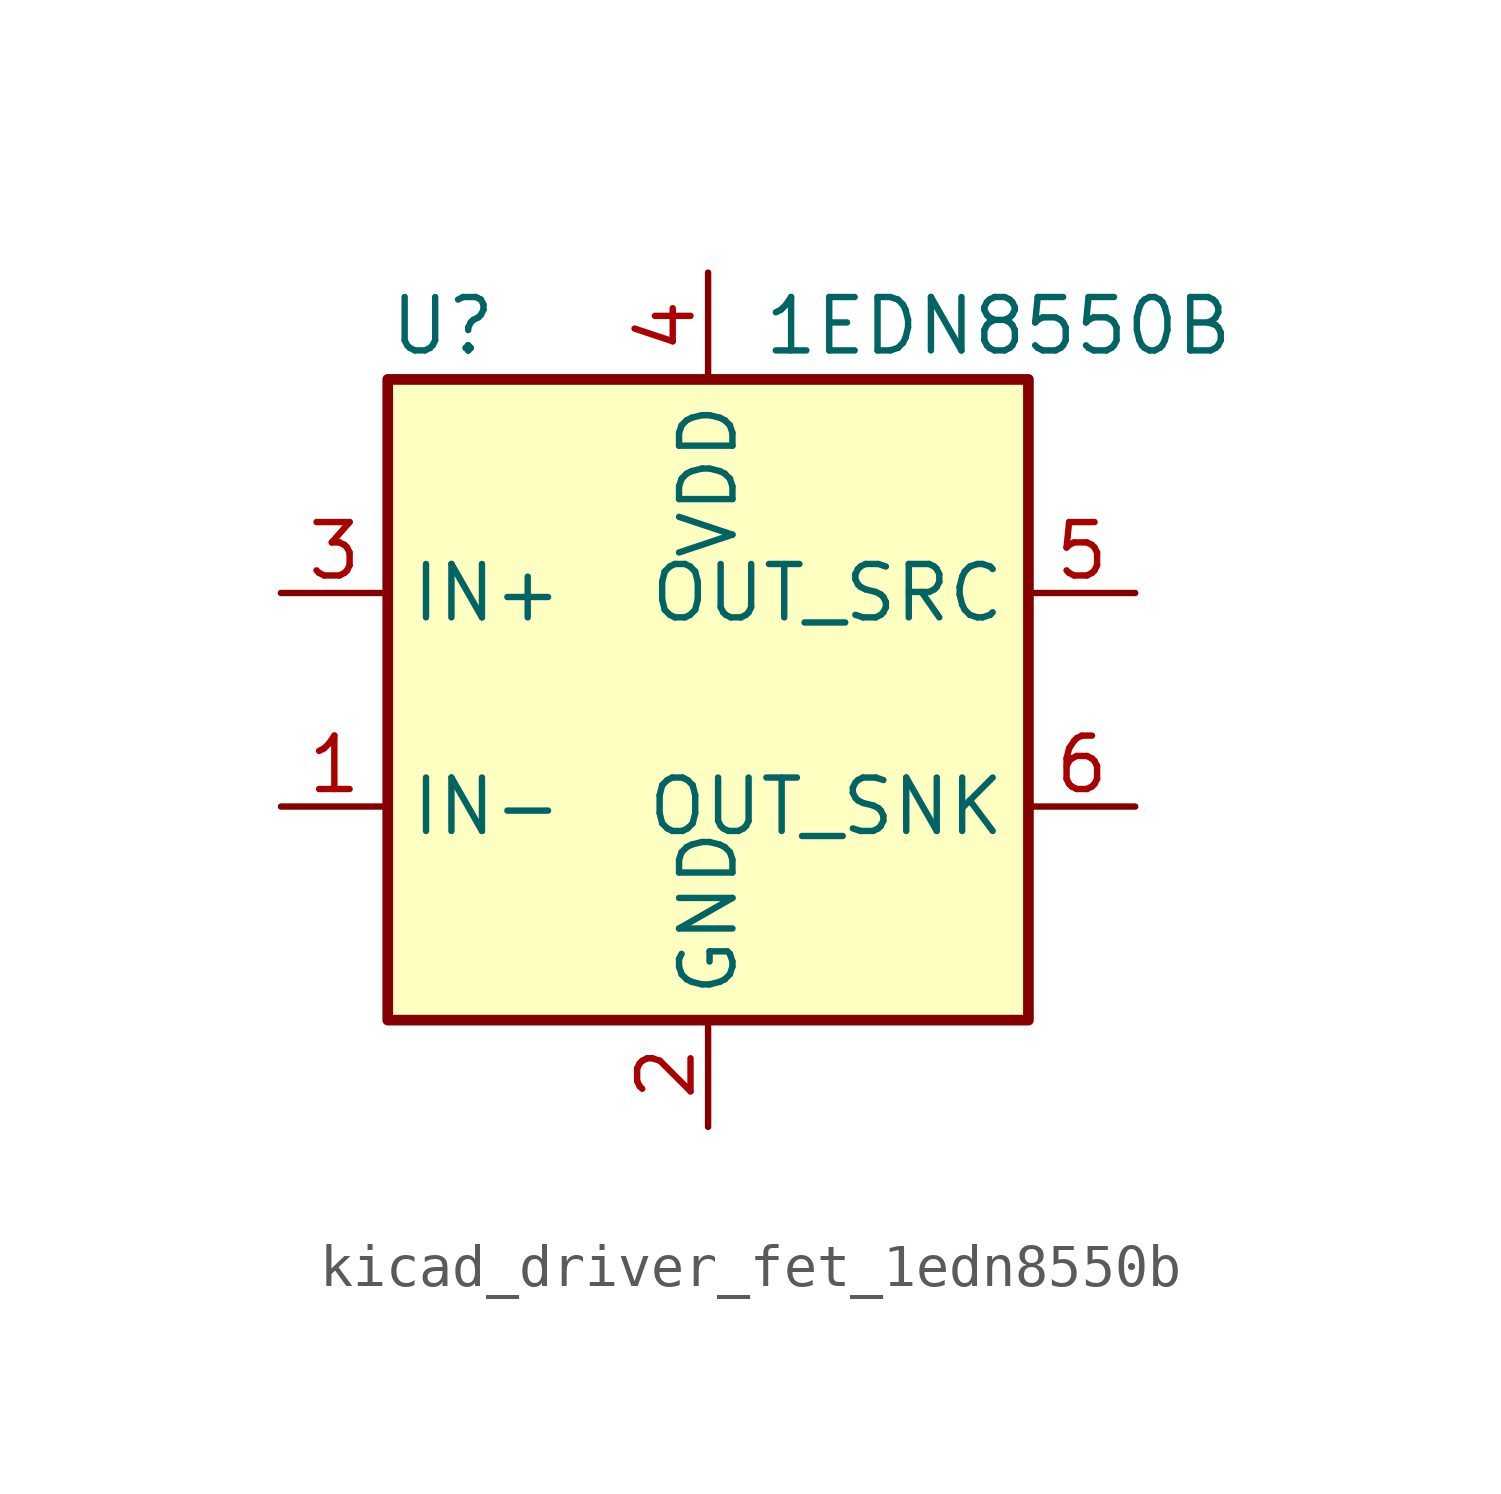
<source format=kicad_sym>
(kicad_symbol_lib
  (version 20220914)
  (generator kicad_symbol_editor)
  (symbol "kicad_driver_fet_1edn8550b"
    (property "Reference" "U"
      (at -7.62 8.89 0)
      (effects (font (size 1.27 1.27)) (justify left)))
    (property "Value" "1EDN8550B"
      (at 1.27 8.89 0)
      (effects (font (size 1.27 1.27)) (justify left)))
    (symbol "kicad_driver_fet_1edn8550b_0_1"
      (rectangle (start -7.62 -7.62) (end 7.62 7.62) (stroke (width 0.254) (type default)) (fill (type background))))
    (symbol "kicad_driver_fet_1edn8550b_1_1"
      (pin input line (at -10.16 -2.54 0) (length 2.54) (name "IN-" (effects (font (size 1.27 1.27)))) (number "1" (effects (font (size 1.27 1.27)))))
      (pin power_in line (at 0 -10.16 90) (length 2.54) (name "GND" (effects (font (size 1.27 1.27)))) (number "2" (effects (font (size 1.27 1.27)))))
      (pin input line (at -10.16 2.54 0) (length 2.54) (name "IN+" (effects (font (size 1.27 1.27)))) (number "3" (effects (font (size 1.27 1.27)))))
      (pin power_in line (at 0 10.16 270) (length 2.54) (name "VDD" (effects (font (size 1.27 1.27)))) (number "4" (effects (font (size 1.27 1.27)))))
      (pin output line (at 10.16 2.54 180) (length 2.54) (name "OUT_SRC" (effects (font (size 1.27 1.27)))) (number "5" (effects (font (size 1.27 1.27)))))
      (pin output line (at 10.16 -2.54 180) (length 2.54) (name "OUT_SNK" (effects (font (size 1.27 1.27)))) (number "6" (effects (font (size 1.27 1.27))))))))
</source>
